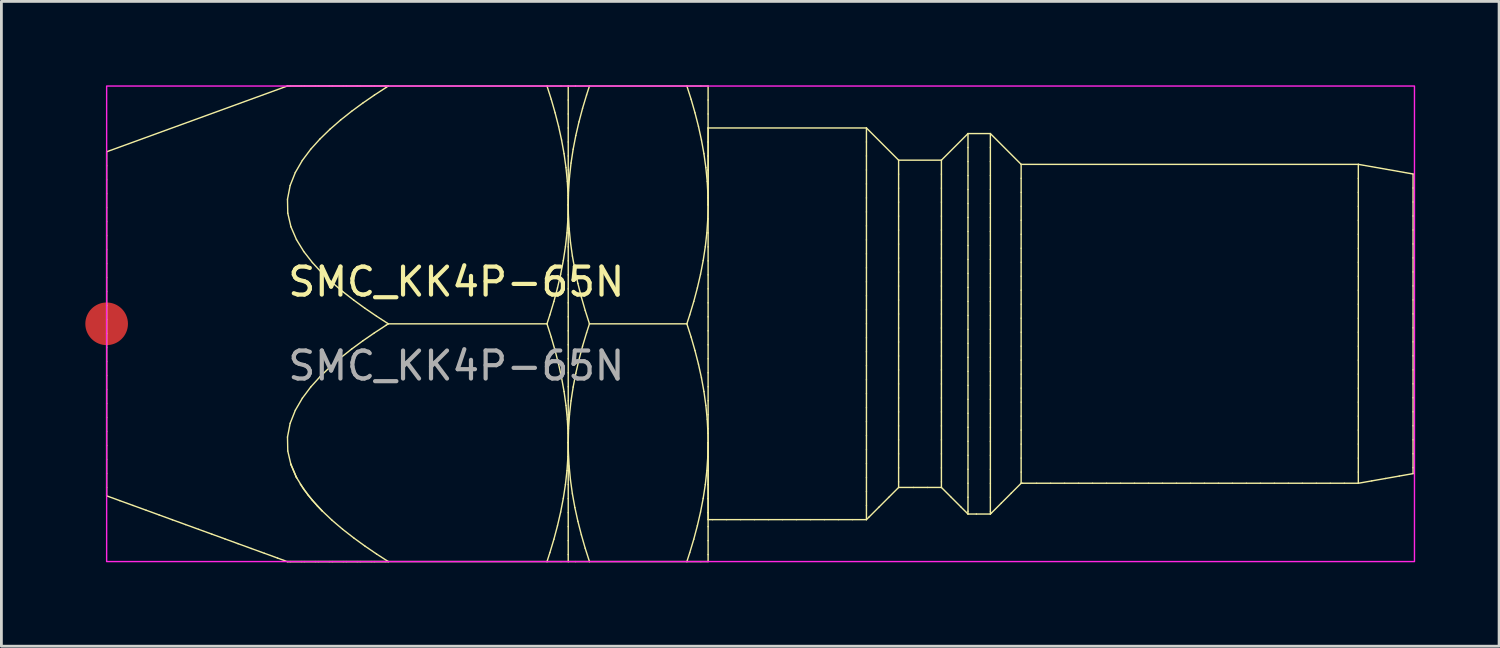
<source format=kicad_pcb>
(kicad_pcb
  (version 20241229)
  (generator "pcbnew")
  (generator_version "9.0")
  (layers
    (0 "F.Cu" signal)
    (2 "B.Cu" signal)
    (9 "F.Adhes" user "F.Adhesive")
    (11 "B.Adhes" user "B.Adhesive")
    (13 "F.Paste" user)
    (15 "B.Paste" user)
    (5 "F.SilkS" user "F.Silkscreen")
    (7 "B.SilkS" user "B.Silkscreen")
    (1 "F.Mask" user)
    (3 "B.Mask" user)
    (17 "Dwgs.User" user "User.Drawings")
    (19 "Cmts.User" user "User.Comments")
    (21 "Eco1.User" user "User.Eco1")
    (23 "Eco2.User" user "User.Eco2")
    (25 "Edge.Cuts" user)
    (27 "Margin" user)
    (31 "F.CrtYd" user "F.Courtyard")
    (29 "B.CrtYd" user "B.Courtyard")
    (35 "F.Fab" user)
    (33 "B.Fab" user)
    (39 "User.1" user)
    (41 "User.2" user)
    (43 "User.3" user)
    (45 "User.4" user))
  (footprint "SMC_KK4P-65N"
    (layer "F.Cu")
    (at 0.762 8.525)
    (property "Reference" "SMC_KK4P-65N" (at 12.5 -1.5 0) (unlocked yes) (layer "F.SilkS") (effects (font (size 1 1) (thickness 0.15))))
    (fp_line (start 0 -6.15) (end 0 -5.65) (stroke (width 0.05) (type solid)) (layer "F.SilkS"))
    (fp_line (start 0 -6.15) (end 6.457 -8.5) (stroke (width 0.05) (type solid)) (layer "F.SilkS"))
    (fp_line (start 0 -5.65) (end 0 -5.15) (stroke (width 0.05) (type solid)) (layer "F.SilkS"))
    (fp_line (start 0 -5.15) (end 0 -4.65) (stroke (width 0.05) (type solid)) (layer "F.SilkS"))
    (fp_line (start 0 -4.65) (end 0 -4.15) (stroke (width 0.05) (type solid)) (layer "F.SilkS"))
    (fp_line (start 0 -4.15) (end 0 -3.65) (stroke (width 0.05) (type solid)) (layer "F.SilkS"))
    (fp_line (start 0 -3.65) (end 0 -3.15) (stroke (width 0.05) (type solid)) (layer "F.SilkS"))
    (fp_line (start 0 -3.15) (end 0 -2.65) (stroke (width 0.05) (type solid)) (layer "F.SilkS"))
    (fp_line (start 0 -2.65) (end 0 -2.15) (stroke (width 0.05) (type solid)) (layer "F.SilkS"))
    (fp_line (start 0 -2.15) (end 0 -1.65) (stroke (width 0.05) (type solid)) (layer "F.SilkS"))
    (fp_line (start 0 -1.65) (end 0 -1.15) (stroke (width 0.05) (type solid)) (layer "F.SilkS"))
    (fp_line (start 0 -1.15) (end 0 -0.65) (stroke (width 0.05) (type solid)) (layer "F.SilkS"))
    (fp_line (start 0 -0.65) (end 0 -0.15) (stroke (width 0.05) (type solid)) (layer "F.SilkS"))
    (fp_line (start 0 -0.15) (end 0 0.35) (stroke (width 0.05) (type solid)) (layer "F.SilkS"))
    (fp_line (start 0 0.35) (end 0 0.85) (stroke (width 0.05) (type solid)) (layer "F.SilkS"))
    (fp_line (start 0 0.85) (end 0 1.35) (stroke (width 0.05) (type solid)) (layer "F.SilkS"))
    (fp_line (start 0 1.35) (end 0 1.85) (stroke (width 0.05) (type solid)) (layer "F.SilkS"))
    (fp_line (start 0 1.85) (end 0 2.35) (stroke (width 0.05) (type solid)) (layer "F.SilkS"))
    (fp_line (start 0 2.35) (end 0 2.85) (stroke (width 0.05) (type solid)) (layer "F.SilkS"))
    (fp_line (start 0 2.85) (end 0 3.35) (stroke (width 0.05) (type solid)) (layer "F.SilkS"))
    (fp_line (start 0 3.35) (end 0 3.85) (stroke (width 0.05) (type solid)) (layer "F.SilkS"))
    (fp_line (start 0 3.85) (end 0 4.35) (stroke (width 0.05) (type solid)) (layer "F.SilkS"))
    (fp_line (start 0 4.35) (end 0 4.85) (stroke (width 0.05) (type solid)) (layer "F.SilkS"))
    (fp_line (start 0 4.85) (end 0 5.35) (stroke (width 0.05) (type solid)) (layer "F.SilkS"))
    (fp_line (start 0 5.35) (end 0 5.85) (stroke (width 0.05) (type solid)) (layer "F.SilkS"))
    (fp_line (start 0 5.85) (end 0 6.15) (stroke (width 0.05) (type solid)) (layer "F.SilkS"))
    (fp_line (start 0 6.15) (end 0.47 6.321) (stroke (width 0.05) (type solid)) (layer "F.SilkS"))
    (fp_line (start 0.47 6.321) (end 0.94 6.492) (stroke (width 0.05) (type solid)) (layer "F.SilkS"))
    (fp_line (start 0.94 6.492) (end 1.41 6.663) (stroke (width 0.05) (type solid)) (layer "F.SilkS"))
    (fp_line (start 1.41 6.663) (end 1.879 6.834) (stroke (width 0.05) (type solid)) (layer "F.SilkS"))
    (fp_line (start 1.879 6.834) (end 2.349 7.005) (stroke (width 0.05) (type solid)) (layer "F.SilkS"))
    (fp_line (start 2.349 7.005) (end 2.819 7.176) (stroke (width 0.05) (type solid)) (layer "F.SilkS"))
    (fp_line (start 2.819 7.176) (end 3.289 7.347) (stroke (width 0.05) (type solid)) (layer "F.SilkS"))
    (fp_line (start 3.289 7.347) (end 3.759 7.518) (stroke (width 0.05) (type solid)) (layer "F.SilkS"))
    (fp_line (start 3.759 7.518) (end 4.229 7.689) (stroke (width 0.05) (type solid)) (layer "F.SilkS"))
    (fp_line (start 4.229 7.689) (end 4.698 7.86) (stroke (width 0.05) (type solid)) (layer "F.SilkS"))
    (fp_line (start 4.698 7.86) (end 5.168 8.031) (stroke (width 0.05) (type solid)) (layer "F.SilkS"))
    (fp_line (start 5.168 8.031) (end 5.638 8.202) (stroke (width 0.05) (type solid)) (layer "F.SilkS"))
    (fp_line (start 5.638 8.202) (end 6.108 8.373) (stroke (width 0.05) (type solid)) (layer "F.SilkS"))
    (fp_line (start 6.108 8.373) (end 6.457 8.5) (stroke (width 0.05) (type solid)) (layer "F.SilkS"))
    (fp_line (start 6.457 -8.5) (end 6.957 -8.5) (stroke (width 0.05) (type solid)) (layer "F.SilkS"))
    (fp_line (start 6.457 8.5) (end 6.957 8.5) (stroke (width 0.05) (type solid)) (layer "F.SilkS"))
    (fp_line (start 6.465 -4.453) (end 6.56 -4.943) (stroke (width 0.05) (type solid)) (layer "F.SilkS"))
    (fp_line (start 6.465 4.047) (end 6.56 3.557) (stroke (width 0.05) (type solid)) (layer "F.SilkS"))
    (fp_line (start 6.475 -3.954) (end 6.465 -4.453) (stroke (width 0.05) (type solid)) (layer "F.SilkS"))
    (fp_line (start 6.475 4.546) (end 6.465 4.047) (stroke (width 0.05) (type solid)) (layer "F.SilkS"))
    (fp_line (start 6.56 -4.943) (end 6.744 -5.408) (stroke (width 0.05) (type solid)) (layer "F.SilkS"))
    (fp_line (start 6.56 3.557) (end 6.744 3.092) (stroke (width 0.05) (type solid)) (layer "F.SilkS"))
    (fp_line (start 6.569 -8.5) (end 6.457 -8.5) (stroke (width 0.05) (type solid)) (layer "F.SilkS"))
    (fp_line (start 6.569 8.5) (end 6.457 8.5) (stroke (width 0.05) (type solid)) (layer "F.SilkS"))
    (fp_line (start 6.577 5) (end 6.77 5.461) (stroke (width 0.05) (type solid)) (layer "F.SilkS"))
    (fp_line (start 6.588 -3.468) (end 6.475 -3.954) (stroke (width 0.05) (type solid)) (layer "F.SilkS"))
    (fp_line (start 6.588 5.032) (end 6.475 4.546) (stroke (width 0.05) (type solid)) (layer "F.SilkS"))
    (fp_line (start 6.744 -5.408) (end 6.995 -5.84) (stroke (width 0.05) (type solid)) (layer "F.SilkS"))
    (fp_line (start 6.744 3.092) (end 6.995 2.66) (stroke (width 0.05) (type solid)) (layer "F.SilkS"))
    (fp_line (start 6.77 5.461) (end 6.796 5.51) (stroke (width 0.05) (type solid)) (layer "F.SilkS"))
    (fp_line (start 6.786 -3.009) (end 6.588 -3.468) (stroke (width 0.05) (type solid)) (layer "F.SilkS"))
    (fp_line (start 6.786 5.491) (end 6.588 5.032) (stroke (width 0.05) (type solid)) (layer "F.SilkS"))
    (fp_line (start 6.922 5.728) (end 7.211 6.136) (stroke (width 0.05) (type solid)) (layer "F.SilkS"))
    (fp_line (start 6.957 -8.5) (end 7.457 -8.5) (stroke (width 0.05) (type solid)) (layer "F.SilkS"))
    (fp_line (start 6.957 8.5) (end 7.457 8.5) (stroke (width 0.05) (type solid)) (layer "F.SilkS"))
    (fp_line (start 6.995 -5.84) (end 7.294 -6.24) (stroke (width 0.05) (type solid)) (layer "F.SilkS"))
    (fp_line (start 6.995 2.66) (end 7.294 2.26) (stroke (width 0.05) (type solid)) (layer "F.SilkS"))
    (fp_line (start 7.047 -2.584) (end 6.786 -3.009) (stroke (width 0.05) (type solid)) (layer "F.SilkS"))
    (fp_line (start 7.047 5.917) (end 6.786 5.491) (stroke (width 0.05) (type solid)) (layer "F.SilkS"))
    (fp_line (start 7.069 -8.5) (end 6.569 -8.5) (stroke (width 0.05) (type solid)) (layer "F.SilkS"))
    (fp_line (start 7.069 8.5) (end 6.569 8.5) (stroke (width 0.05) (type solid)) (layer "F.SilkS"))
    (fp_line (start 7.211 6.136) (end 7.537 6.515) (stroke (width 0.05) (type solid)) (layer "F.SilkS"))
    (fp_line (start 7.294 -6.24) (end 7.629 -6.611) (stroke (width 0.05) (type solid)) (layer "F.SilkS"))
    (fp_line (start 7.294 2.26) (end 7.629 1.889) (stroke (width 0.05) (type solid)) (layer "F.SilkS"))
    (fp_line (start 7.355 -2.189) (end 7.047 -2.584) (stroke (width 0.05) (type solid)) (layer "F.SilkS"))
    (fp_line (start 7.355 6.311) (end 7.047 5.917) (stroke (width 0.05) (type solid)) (layer "F.SilkS"))
    (fp_line (start 7.457 -8.5) (end 7.957 -8.5) (stroke (width 0.05) (type solid)) (layer "F.SilkS"))
    (fp_line (start 7.457 8.5) (end 7.957 8.5) (stroke (width 0.05) (type solid)) (layer "F.SilkS"))
    (fp_line (start 7.537 6.515) (end 7.713 6.697) (stroke (width 0.05) (type solid)) (layer "F.SilkS"))
    (fp_line (start 7.569 -8.5) (end 7.069 -8.5) (stroke (width 0.05) (type solid)) (layer "F.SilkS"))
    (fp_line (start 7.569 8.5) (end 7.069 8.5) (stroke (width 0.05) (type solid)) (layer "F.SilkS"))
    (fp_line (start 7.629 -6.611) (end 7.988 -6.959) (stroke (width 0.05) (type solid)) (layer "F.SilkS"))
    (fp_line (start 7.629 1.889) (end 7.988 1.541) (stroke (width 0.05) (type solid)) (layer "F.SilkS"))
    (fp_line (start 7.694 -1.822) (end 7.355 -2.189) (stroke (width 0.05) (type solid)) (layer "F.SilkS"))
    (fp_line (start 7.694 6.678) (end 7.355 6.311) (stroke (width 0.05) (type solid)) (layer "F.SilkS"))
    (fp_line (start 7.957 -8.5) (end 8.457 -8.5) (stroke (width 0.05) (type solid)) (layer "F.SilkS"))
    (fp_line (start 7.957 8.5) (end 8.457 8.5) (stroke (width 0.05) (type solid)) (layer "F.SilkS"))
    (fp_line (start 7.988 -6.959) (end 8.365 -7.287) (stroke (width 0.05) (type solid)) (layer "F.SilkS"))
    (fp_line (start 7.988 1.541) (end 8.365 1.213) (stroke (width 0.05) (type solid)) (layer "F.SilkS"))
    (fp_line (start 8.057 -1.478) (end 7.694 -1.822) (stroke (width 0.05) (type solid)) (layer "F.SilkS"))
    (fp_line (start 8.057 7.022) (end 7.694 6.678) (stroke (width 0.05) (type solid)) (layer "F.SilkS"))
    (fp_line (start 8.069 -8.5) (end 7.569 -8.5) (stroke (width 0.05) (type solid)) (layer "F.SilkS"))
    (fp_line (start 8.069 8.5) (end 7.569 8.5) (stroke (width 0.05) (type solid)) (layer "F.SilkS"))
    (fp_line (start 8.365 -7.287) (end 8.757 -7.597) (stroke (width 0.05) (type solid)) (layer "F.SilkS"))
    (fp_line (start 8.365 1.213) (end 8.757 0.903) (stroke (width 0.05) (type solid)) (layer "F.SilkS"))
    (fp_line (start 8.437 -1.154) (end 8.057 -1.478) (stroke (width 0.05) (type solid)) (layer "F.SilkS"))
    (fp_line (start 8.437 7.346) (end 8.057 7.022) (stroke (width 0.05) (type solid)) (layer "F.SilkS"))
    (fp_line (start 8.457 -8.5) (end 8.957 -8.5) (stroke (width 0.05) (type solid)) (layer "F.SilkS"))
    (fp_line (start 8.457 8.5) (end 8.957 8.5) (stroke (width 0.05) (type solid)) (layer "F.SilkS"))
    (fp_line (start 8.569 -8.5) (end 8.069 -8.5) (stroke (width 0.05) (type solid)) (layer "F.SilkS"))
    (fp_line (start 8.569 8.5) (end 8.069 8.5) (stroke (width 0.05) (type solid)) (layer "F.SilkS"))
    (fp_line (start 8.757 -7.597) (end 9.16 -7.893) (stroke (width 0.05) (type solid)) (layer "F.SilkS"))
    (fp_line (start 8.757 0.903) (end 9.16 0.607) (stroke (width 0.05) (type solid)) (layer "F.SilkS"))
    (fp_line (start 8.832 -0.847) (end 8.437 -1.154) (stroke (width 0.05) (type solid)) (layer "F.SilkS"))
    (fp_line (start 8.832 7.653) (end 8.437 7.346) (stroke (width 0.05) (type solid)) (layer "F.SilkS"))
    (fp_line (start 8.957 -8.5) (end 9.457 -8.5) (stroke (width 0.05) (type solid)) (layer "F.SilkS"))
    (fp_line (start 8.957 8.5) (end 9.457 8.5) (stroke (width 0.05) (type solid)) (layer "F.SilkS"))
    (fp_line (start 9.069 -8.5) (end 8.569 -8.5) (stroke (width 0.05) (type solid)) (layer "F.SilkS"))
    (fp_line (start 9.069 8.5) (end 8.569 8.5) (stroke (width 0.05) (type solid)) (layer "F.SilkS"))
    (fp_line (start 9.16 -7.893) (end 9.572 -8.177) (stroke (width 0.05) (type solid)) (layer "F.SilkS"))
    (fp_line (start 9.16 0.607) (end 9.572 0.323) (stroke (width 0.05) (type solid)) (layer "F.SilkS"))
    (fp_line (start 9.236 -0.553) (end 8.832 -0.847) (stroke (width 0.05) (type solid)) (layer "F.SilkS"))
    (fp_line (start 9.236 7.947) (end 8.832 7.653) (stroke (width 0.05) (type solid)) (layer "F.SilkS"))
    (fp_line (start 9.457 -8.5) (end 9.957 -8.5) (stroke (width 0.05) (type solid)) (layer "F.SilkS"))
    (fp_line (start 9.457 8.5) (end 9.957 8.5) (stroke (width 0.05) (type solid)) (layer "F.SilkS"))
    (fp_line (start 9.569 -8.5) (end 9.069 -8.5) (stroke (width 0.05) (type solid)) (layer "F.SilkS"))
    (fp_line (start 9.569 8.5) (end 9.069 8.5) (stroke (width 0.05) (type solid)) (layer "F.SilkS"))
    (fp_line (start 9.572 -8.177) (end 9.991 -8.45) (stroke (width 0.05) (type solid)) (layer "F.SilkS"))
    (fp_line (start 9.572 0.323) (end 9.991 0.05) (stroke (width 0.05) (type solid)) (layer "F.SilkS"))
    (fp_line (start 9.649 -0.271) (end 9.236 -0.553) (stroke (width 0.05) (type solid)) (layer "F.SilkS"))
    (fp_line (start 9.649 8.229) (end 9.236 7.947) (stroke (width 0.05) (type solid)) (layer "F.SilkS"))
    (fp_line (start 9.957 -8.5) (end 10.069 -8.5) (stroke (width 0.05) (type solid)) (layer "F.SilkS"))
    (fp_line (start 9.957 8.5) (end 10.069 8.5) (stroke (width 0.05) (type solid)) (layer "F.SilkS"))
    (fp_line (start 9.991 -8.45) (end 10.069 -8.5) (stroke (width 0.05) (type solid)) (layer "F.SilkS"))
    (fp_line (start 9.991 0.05) (end 10.069 0) (stroke (width 0.05) (type solid)) (layer "F.SilkS"))
    (fp_line (start 10.069 -8.5) (end 9.569 -8.5) (stroke (width 0.05) (type solid)) (layer "F.SilkS"))
    (fp_line (start 10.069 0) (end 9.649 -0.271) (stroke (width 0.05) (type solid)) (layer "F.SilkS"))
    (fp_line (start 10.069 8.5) (end 9.569 8.5) (stroke (width 0.05) (type solid)) (layer "F.SilkS"))
    (fp_line (start 10.069 8.5) (end 9.649 8.229) (stroke (width 0.05) (type solid)) (layer "F.SilkS"))
    (fp_line (start 15.741 -8.5) (end 10.069 -8.5) (stroke (width 0.05) (type solid)) (layer "F.SilkS"))
    (fp_line (start 15.741 -8.5) (end 15.893 -8.024) (stroke (width 0.05) (type solid)) (layer "F.SilkS"))
    (fp_line (start 15.741 -8.5) (end 16.241 -8.5) (stroke (width 0.05) (type solid)) (layer "F.SilkS"))
    (fp_line (start 15.741 0) (end 10.069 0) (stroke (width 0.05) (type solid)) (layer "F.SilkS"))
    (fp_line (start 15.741 0) (end 15.893 0.476) (stroke (width 0.05) (type solid)) (layer "F.SilkS"))
    (fp_line (start 15.741 8.5) (end 10.069 8.5) (stroke (width 0.05) (type solid)) (layer "F.SilkS"))
    (fp_line (start 15.741 8.5) (end 16.241 8.5) (stroke (width 0.05) (type solid)) (layer "F.SilkS"))
    (fp_line (start 15.844 -0.32) (end 15.741 0) (stroke (width 0.05) (type solid)) (layer "F.SilkS"))
    (fp_line (start 15.844 8.18) (end 15.741 8.5) (stroke (width 0.05) (type solid)) (layer "F.SilkS"))
    (fp_line (start 15.893 -8.024) (end 16.031 -7.543) (stroke (width 0.05) (type solid)) (layer "F.SilkS"))
    (fp_line (start 15.893 0.476) (end 16.031 0.957) (stroke (width 0.05) (type solid)) (layer "F.SilkS"))
    (fp_line (start 15.988 -0.799) (end 15.844 -0.32) (stroke (width 0.05) (type solid)) (layer "F.SilkS"))
    (fp_line (start 15.988 7.701) (end 15.844 8.18) (stroke (width 0.05) (type solid)) (layer "F.SilkS"))
    (fp_line (start 16.031 -7.543) (end 16.155 -7.059) (stroke (width 0.05) (type solid)) (layer "F.SilkS"))
    (fp_line (start 16.031 0.957) (end 16.155 1.441) (stroke (width 0.05) (type solid)) (layer "F.SilkS"))
    (fp_line (start 16.116 -1.282) (end 15.988 -0.799) (stroke (width 0.05) (type solid)) (layer "F.SilkS"))
    (fp_line (start 16.116 7.218) (end 15.988 7.701) (stroke (width 0.05) (type solid)) (layer "F.SilkS"))
    (fp_line (start 16.155 -7.059) (end 16.262 -6.57) (stroke (width 0.05) (type solid)) (layer "F.SilkS"))
    (fp_line (start 16.155 1.441) (end 16.262 1.93) (stroke (width 0.05) (type solid)) (layer "F.SilkS"))
    (fp_line (start 16.229 -1.769) (end 16.116 -1.282) (stroke (width 0.05) (type solid)) (layer "F.SilkS"))
    (fp_line (start 16.229 6.731) (end 16.116 7.218) (stroke (width 0.05) (type solid)) (layer "F.SilkS"))
    (fp_line (start 16.241 -8.5) (end 16.5 -8.5) (stroke (width 0.05) (type solid)) (layer "F.SilkS"))
    (fp_line (start 16.241 8.5) (end 16.5 8.5) (stroke (width 0.05) (type solid)) (layer "F.SilkS"))
    (fp_line (start 16.262 -6.57) (end 16.351 -6.078) (stroke (width 0.05) (type solid)) (layer "F.SilkS"))
    (fp_line (start 16.262 1.93) (end 16.351 2.422) (stroke (width 0.05) (type solid)) (layer "F.SilkS"))
    (fp_line (start 16.324 -2.26) (end 16.229 -1.769) (stroke (width 0.05) (type solid)) (layer "F.SilkS"))
    (fp_line (start 16.324 6.24) (end 16.229 6.731) (stroke (width 0.05) (type solid)) (layer "F.SilkS"))
    (fp_line (start 16.351 -6.078) (end 16.42 -5.583) (stroke (width 0.05) (type solid)) (layer "F.SilkS"))
    (fp_line (start 16.351 2.422) (end 16.42 2.917) (stroke (width 0.05) (type solid)) (layer "F.SilkS"))
    (fp_line (start 16.4 -2.754) (end 16.324 -2.26) (stroke (width 0.05) (type solid)) (layer "F.SilkS"))
    (fp_line (start 16.4 5.746) (end 16.324 6.24) (stroke (width 0.05) (type solid)) (layer "F.SilkS"))
    (fp_line (start 16.42 -5.583) (end 16.468 -5.086) (stroke (width 0.05) (type solid)) (layer "F.SilkS"))
    (fp_line (start 16.42 2.917) (end 16.468 3.414) (stroke (width 0.05) (type solid)) (layer "F.SilkS"))
    (fp_line (start 16.455 -3.251) (end 16.4 -2.754) (stroke (width 0.05) (type solid)) (layer "F.SilkS"))
    (fp_line (start 16.455 5.249) (end 16.4 5.746) (stroke (width 0.05) (type solid)) (layer "F.SilkS"))
    (fp_line (start 16.468 -5.086) (end 16.495 -4.586) (stroke (width 0.05) (type solid)) (layer "F.SilkS"))
    (fp_line (start 16.468 3.414) (end 16.495 3.914) (stroke (width 0.05) (type solid)) (layer "F.SilkS"))
    (fp_line (start 16.489 -3.75) (end 16.455 -3.251) (stroke (width 0.05) (type solid)) (layer "F.SilkS"))
    (fp_line (start 16.489 4.75) (end 16.455 5.249) (stroke (width 0.05) (type solid)) (layer "F.SilkS"))
    (fp_line (start 16.495 -4.586) (end 16.5 -4.25) (stroke (width 0.05) (type solid)) (layer "F.SilkS"))
    (fp_line (start 16.495 3.914) (end 16.5 4.25) (stroke (width 0.05) (type solid)) (layer "F.SilkS"))
    (fp_line (start 16.5 -8.5) (end 16.5 -8) (stroke (width 0.05) (type solid)) (layer "F.SilkS"))
    (fp_line (start 16.5 -8) (end 16.5 -7.5) (stroke (width 0.05) (type solid)) (layer "F.SilkS"))
    (fp_line (start 16.5 -7.5) (end 16.5 -7) (stroke (width 0.05) (type solid)) (layer "F.SilkS"))
    (fp_line (start 16.5 -7) (end 16.5 -6.5) (stroke (width 0.05) (type solid)) (layer "F.SilkS"))
    (fp_line (start 16.5 -6.5) (end 16.5 -6) (stroke (width 0.05) (type solid)) (layer "F.SilkS"))
    (fp_line (start 16.5 -6) (end 16.5 -5.5) (stroke (width 0.05) (type solid)) (layer "F.SilkS"))
    (fp_line (start 16.5 -5.5) (end 16.5 -5) (stroke (width 0.05) (type solid)) (layer "F.SilkS"))
    (fp_line (start 16.5 -5) (end 16.5 -4.5) (stroke (width 0.05) (type solid)) (layer "F.SilkS"))
    (fp_line (start 16.5 -4.5) (end 16.5 -4.25) (stroke (width 0.05) (type solid)) (layer "F.SilkS"))
    (fp_line (start 16.5 -4.25) (end 16.489 -3.75) (stroke (width 0.05) (type solid)) (layer "F.SilkS"))
    (fp_line (start 16.5 -4.25) (end 16.5 -3.75) (stroke (width 0.05) (type solid)) (layer "F.SilkS"))
    (fp_line (start 16.5 -4.25) (end 16.511 -4.75) (stroke (width 0.05) (type solid)) (layer "F.SilkS"))
    (fp_line (start 16.5 -3.75) (end 16.5 -3.25) (stroke (width 0.05) (type solid)) (layer "F.SilkS"))
    (fp_line (start 16.5 -3.25) (end 16.5 -2.75) (stroke (width 0.05) (type solid)) (layer "F.SilkS"))
    (fp_line (start 16.5 -2.75) (end 16.5 -2.25) (stroke (width 0.05) (type solid)) (layer "F.SilkS"))
    (fp_line (start 16.5 -2.25) (end 16.5 -1.75) (stroke (width 0.05) (type solid)) (layer "F.SilkS"))
    (fp_line (start 16.5 -1.75) (end 16.5 -1.25) (stroke (width 0.05) (type solid)) (layer "F.SilkS"))
    (fp_line (start 16.5 -1.25) (end 16.5 -0.75) (stroke (width 0.05) (type solid)) (layer "F.SilkS"))
    (fp_line (start 16.5 -0.75) (end 16.5 -0.25) (stroke (width 0.05) (type solid)) (layer "F.SilkS"))
    (fp_line (start 16.5 -0.25) (end 16.5 0.25) (stroke (width 0.05) (type solid)) (layer "F.SilkS"))
    (fp_line (start 16.5 0.25) (end 16.5 0.75) (stroke (width 0.05) (type solid)) (layer "F.SilkS"))
    (fp_line (start 16.5 0.75) (end 16.5 1.25) (stroke (width 0.05) (type solid)) (layer "F.SilkS"))
    (fp_line (start 16.5 1.25) (end 16.5 1.75) (stroke (width 0.05) (type solid)) (layer "F.SilkS"))
    (fp_line (start 16.5 1.75) (end 16.5 2.25) (stroke (width 0.05) (type solid)) (layer "F.SilkS"))
    (fp_line (start 16.5 2.25) (end 16.5 2.75) (stroke (width 0.05) (type solid)) (layer "F.SilkS"))
    (fp_line (start 16.5 2.75) (end 16.5 3.25) (stroke (width 0.05) (type solid)) (layer "F.SilkS"))
    (fp_line (start 16.5 3.25) (end 16.5 3.75) (stroke (width 0.05) (type solid)) (layer "F.SilkS"))
    (fp_line (start 16.5 3.75) (end 16.5 4.25) (stroke (width 0.05) (type solid)) (layer "F.SilkS"))
    (fp_line (start 16.5 4.25) (end 16.489 4.75) (stroke (width 0.05) (type solid)) (layer "F.SilkS"))
    (fp_line (start 16.5 4.25) (end 16.5 4.75) (stroke (width 0.05) (type solid)) (layer "F.SilkS"))
    (fp_line (start 16.5 4.25) (end 16.511 3.75) (stroke (width 0.05) (type solid)) (layer "F.SilkS"))
    (fp_line (start 16.5 4.75) (end 16.5 5.25) (stroke (width 0.05) (type solid)) (layer "F.SilkS"))
    (fp_line (start 16.5 5.25) (end 16.5 5.75) (stroke (width 0.05) (type solid)) (layer "F.SilkS"))
    (fp_line (start 16.5 5.75) (end 16.5 6.25) (stroke (width 0.05) (type solid)) (layer "F.SilkS"))
    (fp_line (start 16.5 6.25) (end 16.5 6.75) (stroke (width 0.05) (type solid)) (layer "F.SilkS"))
    (fp_line (start 16.5 6.75) (end 16.5 7.25) (stroke (width 0.05) (type solid)) (layer "F.SilkS"))
    (fp_line (start 16.5 7.25) (end 16.5 7.75) (stroke (width 0.05) (type solid)) (layer "F.SilkS"))
    (fp_line (start 16.5 7.75) (end 16.5 8.25) (stroke (width 0.05) (type solid)) (layer "F.SilkS"))
    (fp_line (start 16.5 8.25) (end 16.5 8.5) (stroke (width 0.05) (type solid)) (layer "F.SilkS"))
    (fp_line (start 16.505 -3.914) (end 16.5 -4.25) (stroke (width 0.05) (type solid)) (layer "F.SilkS"))
    (fp_line (start 16.505 4.586) (end 16.5 4.25) (stroke (width 0.05) (type solid)) (layer "F.SilkS"))
    (fp_line (start 16.511 -4.75) (end 16.545 -5.249) (stroke (width 0.05) (type solid)) (layer "F.SilkS"))
    (fp_line (start 16.511 3.75) (end 16.545 3.251) (stroke (width 0.05) (type solid)) (layer "F.SilkS"))
    (fp_line (start 16.532 -3.414) (end 16.505 -3.914) (stroke (width 0.05) (type solid)) (layer "F.SilkS"))
    (fp_line (start 16.532 5.086) (end 16.505 4.586) (stroke (width 0.05) (type solid)) (layer "F.SilkS"))
    (fp_line (start 16.545 -5.249) (end 16.6 -5.746) (stroke (width 0.05) (type solid)) (layer "F.SilkS"))
    (fp_line (start 16.545 3.251) (end 16.6 2.754) (stroke (width 0.05) (type solid)) (layer "F.SilkS"))
    (fp_line (start 16.58 -2.917) (end 16.532 -3.414) (stroke (width 0.05) (type solid)) (layer "F.SilkS"))
    (fp_line (start 16.58 5.583) (end 16.532 5.086) (stroke (width 0.05) (type solid)) (layer "F.SilkS"))
    (fp_line (start 16.6 -5.746) (end 16.676 -6.24) (stroke (width 0.05) (type solid)) (layer "F.SilkS"))
    (fp_line (start 16.6 2.754) (end 16.676 2.26) (stroke (width 0.05) (type solid)) (layer "F.SilkS"))
    (fp_line (start 16.649 -2.422) (end 16.58 -2.917) (stroke (width 0.05) (type solid)) (layer "F.SilkS"))
    (fp_line (start 16.649 6.078) (end 16.58 5.583) (stroke (width 0.05) (type solid)) (layer "F.SilkS"))
    (fp_line (start 16.676 -6.24) (end 16.771 -6.731) (stroke (width 0.05) (type solid)) (layer "F.SilkS"))
    (fp_line (start 16.676 2.26) (end 16.771 1.769) (stroke (width 0.05) (type solid)) (layer "F.SilkS"))
    (fp_line (start 16.738 -1.93) (end 16.649 -2.422) (stroke (width 0.05) (type solid)) (layer "F.SilkS"))
    (fp_line (start 16.738 6.57) (end 16.649 6.078) (stroke (width 0.05) (type solid)) (layer "F.SilkS"))
    (fp_line (start 16.759 -8.5) (end 16.5 -8.5) (stroke (width 0.05) (type solid)) (layer "F.SilkS"))
    (fp_line (start 16.759 8.5) (end 16.5 8.5) (stroke (width 0.05) (type solid)) (layer "F.SilkS"))
    (fp_line (start 16.771 -6.731) (end 16.884 -7.218) (stroke (width 0.05) (type solid)) (layer "F.SilkS"))
    (fp_line (start 16.771 1.769) (end 16.884 1.282) (stroke (width 0.05) (type solid)) (layer "F.SilkS"))
    (fp_line (start 16.845 -1.441) (end 16.738 -1.93) (stroke (width 0.05) (type solid)) (layer "F.SilkS"))
    (fp_line (start 16.845 7.059) (end 16.738 6.57) (stroke (width 0.05) (type solid)) (layer "F.SilkS"))
    (fp_line (start 16.884 -7.218) (end 17.012 -7.701) (stroke (width 0.05) (type solid)) (layer "F.SilkS"))
    (fp_line (start 16.884 1.282) (end 17.012 0.799) (stroke (width 0.05) (type solid)) (layer "F.SilkS"))
    (fp_line (start 16.969 -0.957) (end 16.845 -1.441) (stroke (width 0.05) (type solid)) (layer "F.SilkS"))
    (fp_line (start 16.969 7.543) (end 16.845 7.059) (stroke (width 0.05) (type solid)) (layer "F.SilkS"))
    (fp_line (start 17.012 -7.701) (end 17.156 -8.18) (stroke (width 0.05) (type solid)) (layer "F.SilkS"))
    (fp_line (start 17.012 0.799) (end 17.156 0.32) (stroke (width 0.05) (type solid)) (layer "F.SilkS"))
    (fp_line (start 17.107 -0.476) (end 16.969 -0.957) (stroke (width 0.05) (type solid)) (layer "F.SilkS"))
    (fp_line (start 17.107 8.024) (end 16.969 7.543) (stroke (width 0.05) (type solid)) (layer "F.SilkS"))
    (fp_line (start 17.156 -8.18) (end 17.259 -8.5) (stroke (width 0.05) (type solid)) (layer "F.SilkS"))
    (fp_line (start 17.156 0.32) (end 17.259 0) (stroke (width 0.05) (type solid)) (layer "F.SilkS"))
    (fp_line (start 17.259 -8.5) (end 16.759 -8.5) (stroke (width 0.05) (type solid)) (layer "F.SilkS"))
    (fp_line (start 17.259 0) (end 17.107 -0.476) (stroke (width 0.05) (type solid)) (layer "F.SilkS"))
    (fp_line (start 17.259 8.5) (end 16.759 8.5) (stroke (width 0.05) (type solid)) (layer "F.SilkS"))
    (fp_line (start 17.259 8.5) (end 17.107 8.024) (stroke (width 0.05) (type solid)) (layer "F.SilkS"))
    (fp_line (start 20.741 -8.5) (end 17.259 -8.5) (stroke (width 0.05) (type solid)) (layer "F.SilkS"))
    (fp_line (start 20.741 -8.5) (end 20.893 -8.024) (stroke (width 0.05) (type solid)) (layer "F.SilkS"))
    (fp_line (start 20.741 -8.5) (end 21.241 -8.5) (stroke (width 0.05) (type solid)) (layer "F.SilkS"))
    (fp_line (start 20.741 0) (end 17.259 0) (stroke (width 0.05) (type solid)) (layer "F.SilkS"))
    (fp_line (start 20.741 0) (end 20.893 0.476) (stroke (width 0.05) (type solid)) (layer "F.SilkS"))
    (fp_line (start 20.741 8.5) (end 17.259 8.5) (stroke (width 0.05) (type solid)) (layer "F.SilkS"))
    (fp_line (start 20.741 8.5) (end 21.241 8.5) (stroke (width 0.05) (type solid)) (layer "F.SilkS"))
    (fp_line (start 20.844 -0.32) (end 20.741 0) (stroke (width 0.05) (type solid)) (layer "F.SilkS"))
    (fp_line (start 20.844 8.18) (end 20.741 8.5) (stroke (width 0.05) (type solid)) (layer "F.SilkS"))
    (fp_line (start 20.893 -8.024) (end 21.031 -7.543) (stroke (width 0.05) (type solid)) (layer "F.SilkS"))
    (fp_line (start 20.893 0.476) (end 21.031 0.957) (stroke (width 0.05) (type solid)) (layer "F.SilkS"))
    (fp_line (start 20.988 -0.799) (end 20.844 -0.32) (stroke (width 0.05) (type solid)) (layer "F.SilkS"))
    (fp_line (start 20.988 7.701) (end 20.844 8.18) (stroke (width 0.05) (type solid)) (layer "F.SilkS"))
    (fp_line (start 21.031 -7.543) (end 21.155 -7.059) (stroke (width 0.05) (type solid)) (layer "F.SilkS"))
    (fp_line (start 21.031 0.957) (end 21.155 1.441) (stroke (width 0.05) (type solid)) (layer "F.SilkS"))
    (fp_line (start 21.116 -1.282) (end 20.988 -0.799) (stroke (width 0.05) (type solid)) (layer "F.SilkS"))
    (fp_line (start 21.116 7.218) (end 20.988 7.701) (stroke (width 0.05) (type solid)) (layer "F.SilkS"))
    (fp_line (start 21.155 -7.059) (end 21.262 -6.57) (stroke (width 0.05) (type solid)) (layer "F.SilkS"))
    (fp_line (start 21.155 1.441) (end 21.262 1.93) (stroke (width 0.05) (type solid)) (layer "F.SilkS"))
    (fp_line (start 21.229 -1.769) (end 21.116 -1.282) (stroke (width 0.05) (type solid)) (layer "F.SilkS"))
    (fp_line (start 21.229 6.731) (end 21.116 7.218) (stroke (width 0.05) (type solid)) (layer "F.SilkS"))
    (fp_line (start 21.241 -8.5) (end 21.5 -8.5) (stroke (width 0.05) (type solid)) (layer "F.SilkS"))
    (fp_line (start 21.241 8.5) (end 21.5 8.5) (stroke (width 0.05) (type solid)) (layer "F.SilkS"))
    (fp_line (start 21.262 -6.57) (end 21.351 -6.078) (stroke (width 0.05) (type solid)) (layer "F.SilkS"))
    (fp_line (start 21.262 1.93) (end 21.351 2.422) (stroke (width 0.05) (type solid)) (layer "F.SilkS"))
    (fp_line (start 21.324 -2.26) (end 21.229 -1.769) (stroke (width 0.05) (type solid)) (layer "F.SilkS"))
    (fp_line (start 21.324 6.24) (end 21.229 6.731) (stroke (width 0.05) (type solid)) (layer "F.SilkS"))
    (fp_line (start 21.351 -6.078) (end 21.42 -5.583) (stroke (width 0.05) (type solid)) (layer "F.SilkS"))
    (fp_line (start 21.351 2.422) (end 21.42 2.917) (stroke (width 0.05) (type solid)) (layer "F.SilkS"))
    (fp_line (start 21.4 -2.754) (end 21.324 -2.26) (stroke (width 0.05) (type solid)) (layer "F.SilkS"))
    (fp_line (start 21.4 5.746) (end 21.324 6.24) (stroke (width 0.05) (type solid)) (layer "F.SilkS"))
    (fp_line (start 21.42 -5.583) (end 21.468 -5.086) (stroke (width 0.05) (type solid)) (layer "F.SilkS"))
    (fp_line (start 21.42 2.917) (end 21.468 3.414) (stroke (width 0.05) (type solid)) (layer "F.SilkS"))
    (fp_line (start 21.455 -3.251) (end 21.4 -2.754) (stroke (width 0.05) (type solid)) (layer "F.SilkS"))
    (fp_line (start 21.455 5.249) (end 21.4 5.746) (stroke (width 0.05) (type solid)) (layer "F.SilkS"))
    (fp_line (start 21.468 -5.086) (end 21.495 -4.586) (stroke (width 0.05) (type solid)) (layer "F.SilkS"))
    (fp_line (start 21.468 3.414) (end 21.495 3.914) (stroke (width 0.05) (type solid)) (layer "F.SilkS"))
    (fp_line (start 21.489 -3.75) (end 21.455 -3.251) (stroke (width 0.05) (type solid)) (layer "F.SilkS"))
    (fp_line (start 21.489 4.75) (end 21.455 5.249) (stroke (width 0.05) (type solid)) (layer "F.SilkS"))
    (fp_line (start 21.495 -4.586) (end 21.5 -4.25) (stroke (width 0.05) (type solid)) (layer "F.SilkS"))
    (fp_line (start 21.495 3.914) (end 21.5 4.25) (stroke (width 0.05) (type solid)) (layer "F.SilkS"))
    (fp_line (start 21.5 -8.5) (end 21.5 -8) (stroke (width 0.05) (type solid)) (layer "F.SilkS"))
    (fp_line (start 21.5 -8) (end 21.5 -7.5) (stroke (width 0.05) (type solid)) (layer "F.SilkS"))
    (fp_line (start 21.5 -7.5) (end 21.5 -7) (stroke (width 0.05) (type solid)) (layer "F.SilkS"))
    (fp_line (start 21.5 -7) (end 21.5 -6.5) (stroke (width 0.05) (type solid)) (layer "F.SilkS"))
    (fp_line (start 21.5 -7) (end 21.5 -6.5) (stroke (width 0.05) (type solid)) (layer "F.SilkS"))
    (fp_line (start 21.5 -6.5) (end 21.5 -6) (stroke (width 0.05) (type solid)) (layer "F.SilkS"))
    (fp_line (start 21.5 -6.5) (end 21.5 -6) (stroke (width 0.05) (type solid)) (layer "F.SilkS"))
    (fp_line (start 21.5 -6) (end 21.5 -5.5) (stroke (width 0.05) (type solid)) (layer "F.SilkS"))
    (fp_line (start 21.5 -6) (end 21.5 -5.5) (stroke (width 0.05) (type solid)) (layer "F.SilkS"))
    (fp_line (start 21.5 -5.5) (end 21.5 -5) (stroke (width 0.05) (type solid)) (layer "F.SilkS"))
    (fp_line (start 21.5 -5.5) (end 21.5 -5) (stroke (width 0.05) (type solid)) (layer "F.SilkS"))
    (fp_line (start 21.5 -5) (end 21.5 -4.5) (stroke (width 0.05) (type solid)) (layer "F.SilkS"))
    (fp_line (start 21.5 -5) (end 21.5 -4.5) (stroke (width 0.05) (type solid)) (layer "F.SilkS"))
    (fp_line (start 21.5 -4.5) (end 21.5 -4.25) (stroke (width 0.05) (type solid)) (layer "F.SilkS"))
    (fp_line (start 21.5 -4.5) (end 21.5 -4.25) (stroke (width 0.05) (type solid)) (layer "F.SilkS"))
    (fp_line (start 21.5 -4.25) (end 21.489 -3.75) (stroke (width 0.05) (type solid)) (layer "F.SilkS"))
    (fp_line (start 21.5 -4.25) (end 21.5 -3.75) (stroke (width 0.05) (type solid)) (layer "F.SilkS"))
    (fp_line (start 21.5 -3.75) (end 21.5 -3.25) (stroke (width 0.05) (type solid)) (layer "F.SilkS"))
    (fp_line (start 21.5 -3.25) (end 21.5 -2.75) (stroke (width 0.05) (type solid)) (layer "F.SilkS"))
    (fp_line (start 21.5 -2.75) (end 21.5 -2.25) (stroke (width 0.05) (type solid)) (layer "F.SilkS"))
    (fp_line (start 21.5 -2.25) (end 21.5 -1.75) (stroke (width 0.05) (type solid)) (layer "F.SilkS"))
    (fp_line (start 21.5 -1.75) (end 21.5 -1.25) (stroke (width 0.05) (type solid)) (layer "F.SilkS"))
    (fp_line (start 21.5 -1.25) (end 21.5 -0.75) (stroke (width 0.05) (type solid)) (layer "F.SilkS"))
    (fp_line (start 21.5 -0.75) (end 21.5 -0.25) (stroke (width 0.05) (type solid)) (layer "F.SilkS"))
    (fp_line (start 21.5 -0.25) (end 21.5 0.25) (stroke (width 0.05) (type solid)) (layer "F.SilkS"))
    (fp_line (start 21.5 0.25) (end 21.5 0.75) (stroke (width 0.05) (type solid)) (layer "F.SilkS"))
    (fp_line (start 21.5 0.75) (end 21.5 1.25) (stroke (width 0.05) (type solid)) (layer "F.SilkS"))
    (fp_line (start 21.5 1.25) (end 21.5 1.75) (stroke (width 0.05) (type solid)) (layer "F.SilkS"))
    (fp_line (start 21.5 1.75) (end 21.5 2.25) (stroke (width 0.05) (type solid)) (layer "F.SilkS"))
    (fp_line (start 21.5 2.25) (end 21.5 2.75) (stroke (width 0.05) (type solid)) (layer "F.SilkS"))
    (fp_line (start 21.5 2.75) (end 21.5 3.25) (stroke (width 0.05) (type solid)) (layer "F.SilkS"))
    (fp_line (start 21.5 3.25) (end 21.5 3.75) (stroke (width 0.05) (type solid)) (layer "F.SilkS"))
    (fp_line (start 21.5 3.75) (end 21.5 4.25) (stroke (width 0.05) (type solid)) (layer "F.SilkS"))
    (fp_line (start 21.5 4.25) (end 21.489 4.75) (stroke (width 0.05) (type solid)) (layer "F.SilkS"))
    (fp_line (start 21.5 4.25) (end 21.5 4.75) (stroke (width 0.05) (type solid)) (layer "F.SilkS"))
    (fp_line (start 21.5 4.25) (end 21.5 4.75) (stroke (width 0.05) (type solid)) (layer "F.SilkS"))
    (fp_line (start 21.5 4.75) (end 21.5 5.25) (stroke (width 0.05) (type solid)) (layer "F.SilkS"))
    (fp_line (start 21.5 4.75) (end 21.5 5.25) (stroke (width 0.05) (type solid)) (layer "F.SilkS"))
    (fp_line (start 21.5 5.25) (end 21.5 5.75) (stroke (width 0.05) (type solid)) (layer "F.SilkS"))
    (fp_line (start 21.5 5.25) (end 21.5 5.75) (stroke (width 0.05) (type solid)) (layer "F.SilkS"))
    (fp_line (start 21.5 5.75) (end 21.5 6.25) (stroke (width 0.05) (type solid)) (layer "F.SilkS"))
    (fp_line (start 21.5 5.75) (end 21.5 6.25) (stroke (width 0.05) (type solid)) (layer "F.SilkS"))
    (fp_line (start 21.5 6.25) (end 21.5 6.75) (stroke (width 0.05) (type solid)) (layer "F.SilkS"))
    (fp_line (start 21.5 6.25) (end 21.5 6.75) (stroke (width 0.05) (type solid)) (layer "F.SilkS"))
    (fp_line (start 21.5 6.75) (end 21.5 7) (stroke (width 0.05) (type solid)) (layer "F.SilkS"))
    (fp_line (start 21.5 6.75) (end 21.5 7.25) (stroke (width 0.05) (type solid)) (layer "F.SilkS"))
    (fp_line (start 21.5 7.25) (end 21.5 7.75) (stroke (width 0.05) (type solid)) (layer "F.SilkS"))
    (fp_line (start 21.5 7.75) (end 21.5 8.25) (stroke (width 0.05) (type solid)) (layer "F.SilkS"))
    (fp_line (start 21.5 8.25) (end 21.5 8.5) (stroke (width 0.05) (type solid)) (layer "F.SilkS"))
    (fp_line (start 21.66 7) (end 21.5 7) (stroke (width 0.05) (type solid)) (layer "F.SilkS"))
    (fp_line (start 22.16 7) (end 21.66 7) (stroke (width 0.05) (type solid)) (layer "F.SilkS"))
    (fp_line (start 22.66 7) (end 22.16 7) (stroke (width 0.05) (type solid)) (layer "F.SilkS"))
    (fp_line (start 23.16 7) (end 22.66 7) (stroke (width 0.05) (type solid)) (layer "F.SilkS"))
    (fp_line (start 23.66 7) (end 23.16 7) (stroke (width 0.05) (type solid)) (layer "F.SilkS"))
    (fp_line (start 24.16 7) (end 23.66 7) (stroke (width 0.05) (type solid)) (layer "F.SilkS"))
    (fp_line (start 24.66 7) (end 24.16 7) (stroke (width 0.05) (type solid)) (layer "F.SilkS"))
    (fp_line (start 25.16 7) (end 24.66 7) (stroke (width 0.05) (type solid)) (layer "F.SilkS"))
    (fp_line (start 25.66 7) (end 25.16 7) (stroke (width 0.05) (type solid)) (layer "F.SilkS"))
    (fp_line (start 26.16 7) (end 25.66 7) (stroke (width 0.05) (type solid)) (layer "F.SilkS"))
    (fp_line (start 26.66 7) (end 26.16 7) (stroke (width 0.05) (type solid)) (layer "F.SilkS"))
    (fp_line (start 27.16 -7) (end 21.5 -7) (stroke (width 0.05) (type solid)) (layer "F.SilkS"))
    (fp_line (start 27.16 -7) (end 27.16 -6.5) (stroke (width 0.05) (type solid)) (layer "F.SilkS"))
    (fp_line (start 27.16 -6.5) (end 27.16 -6) (stroke (width 0.05) (type solid)) (layer "F.SilkS"))
    (fp_line (start 27.16 -6) (end 27.16 -5.5) (stroke (width 0.05) (type solid)) (layer "F.SilkS"))
    (fp_line (start 27.16 -5.5) (end 27.16 -5) (stroke (width 0.05) (type solid)) (layer "F.SilkS"))
    (fp_line (start 27.16 -5) (end 27.16 -4.5) (stroke (width 0.05) (type solid)) (layer "F.SilkS"))
    (fp_line (start 27.16 -4.5) (end 27.16 -4) (stroke (width 0.05) (type solid)) (layer "F.SilkS"))
    (fp_line (start 27.16 -4) (end 27.16 -3.5) (stroke (width 0.05) (type solid)) (layer "F.SilkS"))
    (fp_line (start 27.16 -3.5) (end 27.16 -3) (stroke (width 0.05) (type solid)) (layer "F.SilkS"))
    (fp_line (start 27.16 -3) (end 27.16 -2.5) (stroke (width 0.05) (type solid)) (layer "F.SilkS"))
    (fp_line (start 27.16 -2.5) (end 27.16 -2) (stroke (width 0.05) (type solid)) (layer "F.SilkS"))
    (fp_line (start 27.16 -2) (end 27.16 -1.5) (stroke (width 0.05) (type solid)) (layer "F.SilkS"))
    (fp_line (start 27.16 -1.5) (end 27.16 -1) (stroke (width 0.05) (type solid)) (layer "F.SilkS"))
    (fp_line (start 27.16 -1) (end 27.16 -0.5) (stroke (width 0.05) (type solid)) (layer "F.SilkS"))
    (fp_line (start 27.16 -0.5) (end 27.16 0) (stroke (width 0.05) (type solid)) (layer "F.SilkS"))
    (fp_line (start 27.16 0) (end 27.16 0.5) (stroke (width 0.05) (type solid)) (layer "F.SilkS"))
    (fp_line (start 27.16 0.5) (end 27.16 1) (stroke (width 0.05) (type solid)) (layer "F.SilkS"))
    (fp_line (start 27.16 1) (end 27.16 1.5) (stroke (width 0.05) (type solid)) (layer "F.SilkS"))
    (fp_line (start 27.16 1.5) (end 27.16 2) (stroke (width 0.05) (type solid)) (layer "F.SilkS"))
    (fp_line (start 27.16 2) (end 27.16 2.5) (stroke (width 0.05) (type solid)) (layer "F.SilkS"))
    (fp_line (start 27.16 2.5) (end 27.16 3) (stroke (width 0.05) (type solid)) (layer "F.SilkS"))
    (fp_line (start 27.16 3) (end 27.16 3.5) (stroke (width 0.05) (type solid)) (layer "F.SilkS"))
    (fp_line (start 27.16 3.5) (end 27.16 4) (stroke (width 0.05) (type solid)) (layer "F.SilkS"))
    (fp_line (start 27.16 4) (end 27.16 4.5) (stroke (width 0.05) (type solid)) (layer "F.SilkS"))
    (fp_line (start 27.16 4.5) (end 27.16 5) (stroke (width 0.05) (type solid)) (layer "F.SilkS"))
    (fp_line (start 27.16 5) (end 27.16 5.5) (stroke (width 0.05) (type solid)) (layer "F.SilkS"))
    (fp_line (start 27.16 5.5) (end 27.16 6) (stroke (width 0.05) (type solid)) (layer "F.SilkS"))
    (fp_line (start 27.16 6) (end 27.16 6.5) (stroke (width 0.05) (type solid)) (layer "F.SilkS"))
    (fp_line (start 27.16 6.5) (end 27.16 7) (stroke (width 0.05) (type solid)) (layer "F.SilkS"))
    (fp_line (start 27.16 7) (end 26.66 7) (stroke (width 0.05) (type solid)) (layer "F.SilkS"))
    (fp_line (start 27.249 6.911) (end 27.16 7) (stroke (width 0.05) (type solid)) (layer "F.SilkS"))
    (fp_line (start 27.603 6.557) (end 27.249 6.911) (stroke (width 0.05) (type solid)) (layer "F.SilkS"))
    (fp_line (start 27.956 6.204) (end 27.603 6.557) (stroke (width 0.05) (type solid)) (layer "F.SilkS"))
    (fp_line (start 28.31 -5.85) (end 27.16 -7) (stroke (width 0.05) (type solid)) (layer "F.SilkS"))
    (fp_line (start 28.31 -5.85) (end 28.31 -5.35) (stroke (width 0.05) (type solid)) (layer "F.SilkS"))
    (fp_line (start 28.31 -5.35) (end 28.31 -4.85) (stroke (width 0.05) (type solid)) (layer "F.SilkS"))
    (fp_line (start 28.31 -4.85) (end 28.31 -4.35) (stroke (width 0.05) (type solid)) (layer "F.SilkS"))
    (fp_line (start 28.31 -4.35) (end 28.31 -3.85) (stroke (width 0.05) (type solid)) (layer "F.SilkS"))
    (fp_line (start 28.31 -3.85) (end 28.31 -3.35) (stroke (width 0.05) (type solid)) (layer "F.SilkS"))
    (fp_line (start 28.31 -3.35) (end 28.31 -2.85) (stroke (width 0.05) (type solid)) (layer "F.SilkS"))
    (fp_line (start 28.31 -2.85) (end 28.31 -2.35) (stroke (width 0.05) (type solid)) (layer "F.SilkS"))
    (fp_line (start 28.31 -2.35) (end 28.31 -1.85) (stroke (width 0.05) (type solid)) (layer "F.SilkS"))
    (fp_line (start 28.31 -1.85) (end 28.31 -1.35) (stroke (width 0.05) (type solid)) (layer "F.SilkS"))
    (fp_line (start 28.31 -1.35) (end 28.31 -0.85) (stroke (width 0.05) (type solid)) (layer "F.SilkS"))
    (fp_line (start 28.31 -0.85) (end 28.31 -0.35) (stroke (width 0.05) (type solid)) (layer "F.SilkS"))
    (fp_line (start 28.31 -0.35) (end 28.31 0.15) (stroke (width 0.05) (type solid)) (layer "F.SilkS"))
    (fp_line (start 28.31 0.15) (end 28.31 0.65) (stroke (width 0.05) (type solid)) (layer "F.SilkS"))
    (fp_line (start 28.31 0.65) (end 28.31 1.15) (stroke (width 0.05) (type solid)) (layer "F.SilkS"))
    (fp_line (start 28.31 1.15) (end 28.31 1.65) (stroke (width 0.05) (type solid)) (layer "F.SilkS"))
    (fp_line (start 28.31 1.65) (end 28.31 2.15) (stroke (width 0.05) (type solid)) (layer "F.SilkS"))
    (fp_line (start 28.31 2.15) (end 28.31 2.65) (stroke (width 0.05) (type solid)) (layer "F.SilkS"))
    (fp_line (start 28.31 2.65) (end 28.31 3.15) (stroke (width 0.05) (type solid)) (layer "F.SilkS"))
    (fp_line (start 28.31 3.15) (end 28.31 3.65) (stroke (width 0.05) (type solid)) (layer "F.SilkS"))
    (fp_line (start 28.31 3.65) (end 28.31 4.15) (stroke (width 0.05) (type solid)) (layer "F.SilkS"))
    (fp_line (start 28.31 4.15) (end 28.31 4.65) (stroke (width 0.05) (type solid)) (layer "F.SilkS"))
    (fp_line (start 28.31 4.65) (end 28.31 5.15) (stroke (width 0.05) (type solid)) (layer "F.SilkS"))
    (fp_line (start 28.31 5.15) (end 28.31 5.65) (stroke (width 0.05) (type solid)) (layer "F.SilkS"))
    (fp_line (start 28.31 5.65) (end 28.31 5.85) (stroke (width 0.05) (type solid)) (layer "F.SilkS"))
    (fp_line (start 28.31 5.85) (end 27.956 6.204) (stroke (width 0.05) (type solid)) (layer "F.SilkS"))
    (fp_line (start 28.84 5.85) (end 28.31 5.85) (stroke (width 0.05) (type solid)) (layer "F.SilkS"))
    (fp_line (start 29.34 5.85) (end 28.84 5.85) (stroke (width 0.05) (type solid)) (layer "F.SilkS"))
    (fp_line (start 29.84 -5.85) (end 28.31 -5.85) (stroke (width 0.05) (type solid)) (layer "F.SilkS"))
    (fp_line (start 29.84 -5.85) (end 29.84 -5.35) (stroke (width 0.05) (type solid)) (layer "F.SilkS"))
    (fp_line (start 29.84 -5.85) (end 30.79 -6.8) (stroke (width 0.05) (type solid)) (layer "F.SilkS"))
    (fp_line (start 29.84 -5.35) (end 29.84 -4.85) (stroke (width 0.05) (type solid)) (layer "F.SilkS"))
    (fp_line (start 29.84 -4.85) (end 29.84 -4.35) (stroke (width 0.05) (type solid)) (layer "F.SilkS"))
    (fp_line (start 29.84 -4.35) (end 29.84 -3.85) (stroke (width 0.05) (type solid)) (layer "F.SilkS"))
    (fp_line (start 29.84 -3.85) (end 29.84 -3.35) (stroke (width 0.05) (type solid)) (layer "F.SilkS"))
    (fp_line (start 29.84 -3.35) (end 29.84 -2.85) (stroke (width 0.05) (type solid)) (layer "F.SilkS"))
    (fp_line (start 29.84 -2.85) (end 29.84 -2.35) (stroke (width 0.05) (type solid)) (layer "F.SilkS"))
    (fp_line (start 29.84 -2.35) (end 29.84 -1.85) (stroke (width 0.05) (type solid)) (layer "F.SilkS"))
    (fp_line (start 29.84 -1.85) (end 29.84 -1.35) (stroke (width 0.05) (type solid)) (layer "F.SilkS"))
    (fp_line (start 29.84 -1.35) (end 29.84 -0.85) (stroke (width 0.05) (type solid)) (layer "F.SilkS"))
    (fp_line (start 29.84 -0.85) (end 29.84 -0.35) (stroke (width 0.05) (type solid)) (layer "F.SilkS"))
    (fp_line (start 29.84 -0.35) (end 29.84 0.15) (stroke (width 0.05) (type solid)) (layer "F.SilkS"))
    (fp_line (start 29.84 0.15) (end 29.84 0.65) (stroke (width 0.05) (type solid)) (layer "F.SilkS"))
    (fp_line (start 29.84 0.65) (end 29.84 1.15) (stroke (width 0.05) (type solid)) (layer "F.SilkS"))
    (fp_line (start 29.84 1.15) (end 29.84 1.65) (stroke (width 0.05) (type solid)) (layer "F.SilkS"))
    (fp_line (start 29.84 1.65) (end 29.84 2.15) (stroke (width 0.05) (type solid)) (layer "F.SilkS"))
    (fp_line (start 29.84 2.15) (end 29.84 2.65) (stroke (width 0.05) (type solid)) (layer "F.SilkS"))
    (fp_line (start 29.84 2.65) (end 29.84 3.15) (stroke (width 0.05) (type solid)) (layer "F.SilkS"))
    (fp_line (start 29.84 3.15) (end 29.84 3.65) (stroke (width 0.05) (type solid)) (layer "F.SilkS"))
    (fp_line (start 29.84 3.65) (end 29.84 4.15) (stroke (width 0.05) (type solid)) (layer "F.SilkS"))
    (fp_line (start 29.84 4.15) (end 29.84 4.65) (stroke (width 0.05) (type solid)) (layer "F.SilkS"))
    (fp_line (start 29.84 4.65) (end 29.84 5.15) (stroke (width 0.05) (type solid)) (layer "F.SilkS"))
    (fp_line (start 29.84 5.15) (end 29.84 5.65) (stroke (width 0.05) (type solid)) (layer "F.SilkS"))
    (fp_line (start 29.84 5.65) (end 29.84 5.85) (stroke (width 0.05) (type solid)) (layer "F.SilkS"))
    (fp_line (start 29.84 5.85) (end 29.34 5.85) (stroke (width 0.05) (type solid)) (layer "F.SilkS"))
    (fp_line (start 29.84 5.85) (end 30.194 6.204) (stroke (width 0.05) (type solid)) (layer "F.SilkS"))
    (fp_line (start 30.194 6.204) (end 30.547 6.557) (stroke (width 0.05) (type solid)) (layer "F.SilkS"))
    (fp_line (start 30.547 6.557) (end 30.79 6.8) (stroke (width 0.05) (type solid)) (layer "F.SilkS"))
    (fp_line (start 30.79 -6.8) (end 30.79 -6.3) (stroke (width 0.05) (type solid)) (layer "F.SilkS"))
    (fp_line (start 30.79 -6.3) (end 30.79 -5.8) (stroke (width 0.05) (type solid)) (layer "F.SilkS"))
    (fp_line (start 30.79 -5.8) (end 30.79 -5.3) (stroke (width 0.05) (type solid)) (layer "F.SilkS"))
    (fp_line (start 30.79 -5.3) (end 30.79 -4.8) (stroke (width 0.05) (type solid)) (layer "F.SilkS"))
    (fp_line (start 30.79 -4.8) (end 30.79 -4.3) (stroke (width 0.05) (type solid)) (layer "F.SilkS"))
    (fp_line (start 30.79 -4.3) (end 30.79 -3.8) (stroke (width 0.05) (type solid)) (layer "F.SilkS"))
    (fp_line (start 30.79 -3.8) (end 30.79 -3.3) (stroke (width 0.05) (type solid)) (layer "F.SilkS"))
    (fp_line (start 30.79 -3.3) (end 30.79 -2.8) (stroke (width 0.05) (type solid)) (layer "F.SilkS"))
    (fp_line (start 30.79 -2.8) (end 30.79 -2.3) (stroke (width 0.05) (type solid)) (layer "F.SilkS"))
    (fp_line (start 30.79 -2.3) (end 30.79 -1.8) (stroke (width 0.05) (type solid)) (layer "F.SilkS"))
    (fp_line (start 30.79 -1.8) (end 30.79 -1.3) (stroke (width 0.05) (type solid)) (layer "F.SilkS"))
    (fp_line (start 30.79 -1.3) (end 30.79 -0.8) (stroke (width 0.05) (type solid)) (layer "F.SilkS"))
    (fp_line (start 30.79 -0.8) (end 30.79 -0.3) (stroke (width 0.05) (type solid)) (layer "F.SilkS"))
    (fp_line (start 30.79 -0.3) (end 30.79 0.2) (stroke (width 0.05) (type solid)) (layer "F.SilkS"))
    (fp_line (start 30.79 0.2) (end 30.79 0.7) (stroke (width 0.05) (type solid)) (layer "F.SilkS"))
    (fp_line (start 30.79 0.7) (end 30.79 1.2) (stroke (width 0.05) (type solid)) (layer "F.SilkS"))
    (fp_line (start 30.79 1.2) (end 30.79 1.7) (stroke (width 0.05) (type solid)) (layer "F.SilkS"))
    (fp_line (start 30.79 1.7) (end 30.79 2.2) (stroke (width 0.05) (type solid)) (layer "F.SilkS"))
    (fp_line (start 30.79 2.2) (end 30.79 2.7) (stroke (width 0.05) (type solid)) (layer "F.SilkS"))
    (fp_line (start 30.79 2.7) (end 30.79 3.2) (stroke (width 0.05) (type solid)) (layer "F.SilkS"))
    (fp_line (start 30.79 3.2) (end 30.79 3.7) (stroke (width 0.05) (type solid)) (layer "F.SilkS"))
    (fp_line (start 30.79 3.7) (end 30.79 4.2) (stroke (width 0.05) (type solid)) (layer "F.SilkS"))
    (fp_line (start 30.79 4.2) (end 30.79 4.7) (stroke (width 0.05) (type solid)) (layer "F.SilkS"))
    (fp_line (start 30.79 4.7) (end 30.79 5.2) (stroke (width 0.05) (type solid)) (layer "F.SilkS"))
    (fp_line (start 30.79 5.2) (end 30.79 5.7) (stroke (width 0.05) (type solid)) (layer "F.SilkS"))
    (fp_line (start 30.79 5.7) (end 30.79 6.2) (stroke (width 0.05) (type solid)) (layer "F.SilkS"))
    (fp_line (start 30.79 6.2) (end 30.79 6.7) (stroke (width 0.05) (type solid)) (layer "F.SilkS"))
    (fp_line (start 30.79 6.7) (end 30.79 6.8) (stroke (width 0.05) (type solid)) (layer "F.SilkS"))
    (fp_line (start 31.09 6.8) (end 30.79 6.8) (stroke (width 0.05) (type solid)) (layer "F.SilkS"))
    (fp_line (start 31.59 -6.8) (end 30.79 -6.8) (stroke (width 0.05) (type solid)) (layer "F.SilkS"))
    (fp_line (start 31.59 -6.8) (end 31.59 -6.3) (stroke (width 0.05) (type solid)) (layer "F.SilkS"))
    (fp_line (start 31.59 -6.3) (end 31.59 -5.8) (stroke (width 0.05) (type solid)) (layer "F.SilkS"))
    (fp_line (start 31.59 -5.8) (end 31.59 -5.3) (stroke (width 0.05) (type solid)) (layer "F.SilkS"))
    (fp_line (start 31.59 -5.3) (end 31.59 -4.8) (stroke (width 0.05) (type solid)) (layer "F.SilkS"))
    (fp_line (start 31.59 -4.8) (end 31.59 -4.3) (stroke (width 0.05) (type solid)) (layer "F.SilkS"))
    (fp_line (start 31.59 -4.3) (end 31.59 -3.8) (stroke (width 0.05) (type solid)) (layer "F.SilkS"))
    (fp_line (start 31.59 -3.8) (end 31.59 -3.3) (stroke (width 0.05) (type solid)) (layer "F.SilkS"))
    (fp_line (start 31.59 -3.3) (end 31.59 -2.8) (stroke (width 0.05) (type solid)) (layer "F.SilkS"))
    (fp_line (start 31.59 -2.8) (end 31.59 -2.3) (stroke (width 0.05) (type solid)) (layer "F.SilkS"))
    (fp_line (start 31.59 -2.3) (end 31.59 -1.8) (stroke (width 0.05) (type solid)) (layer "F.SilkS"))
    (fp_line (start 31.59 -1.8) (end 31.59 -1.3) (stroke (width 0.05) (type solid)) (layer "F.SilkS"))
    (fp_line (start 31.59 -1.3) (end 31.59 -0.8) (stroke (width 0.05) (type solid)) (layer "F.SilkS"))
    (fp_line (start 31.59 -0.8) (end 31.59 -0.3) (stroke (width 0.05) (type solid)) (layer "F.SilkS"))
    (fp_line (start 31.59 -0.3) (end 31.59 0.2) (stroke (width 0.05) (type solid)) (layer "F.SilkS"))
    (fp_line (start 31.59 0.2) (end 31.59 0.7) (stroke (width 0.05) (type solid)) (layer "F.SilkS"))
    (fp_line (start 31.59 0.7) (end 31.59 1.2) (stroke (width 0.05) (type solid)) (layer "F.SilkS"))
    (fp_line (start 31.59 1.2) (end 31.59 1.7) (stroke (width 0.05) (type solid)) (layer "F.SilkS"))
    (fp_line (start 31.59 1.7) (end 31.59 2.2) (stroke (width 0.05) (type solid)) (layer "F.SilkS"))
    (fp_line (start 31.59 2.2) (end 31.59 2.7) (stroke (width 0.05) (type solid)) (layer "F.SilkS"))
    (fp_line (start 31.59 2.7) (end 31.59 3.2) (stroke (width 0.05) (type solid)) (layer "F.SilkS"))
    (fp_line (start 31.59 3.2) (end 31.59 3.7) (stroke (width 0.05) (type solid)) (layer "F.SilkS"))
    (fp_line (start 31.59 3.7) (end 31.59 4.2) (stroke (width 0.05) (type solid)) (layer "F.SilkS"))
    (fp_line (start 31.59 4.2) (end 31.59 4.7) (stroke (width 0.05) (type solid)) (layer "F.SilkS"))
    (fp_line (start 31.59 4.7) (end 31.59 5.2) (stroke (width 0.05) (type solid)) (layer "F.SilkS"))
    (fp_line (start 31.59 5.2) (end 31.59 5.7) (stroke (width 0.05) (type solid)) (layer "F.SilkS"))
    (fp_line (start 31.59 5.7) (end 31.59 6.2) (stroke (width 0.05) (type solid)) (layer "F.SilkS"))
    (fp_line (start 31.59 6.2) (end 31.59 6.7) (stroke (width 0.05) (type solid)) (layer "F.SilkS"))
    (fp_line (start 31.59 6.7) (end 31.59 6.8) (stroke (width 0.05) (type solid)) (layer "F.SilkS"))
    (fp_line (start 31.59 6.8) (end 31.09 6.8) (stroke (width 0.05) (type solid)) (layer "F.SilkS"))
    (fp_line (start 31.629 6.761) (end 31.59 6.8) (stroke (width 0.05) (type solid)) (layer "F.SilkS"))
    (fp_line (start 31.983 6.407) (end 31.629 6.761) (stroke (width 0.05) (type solid)) (layer "F.SilkS"))
    (fp_line (start 32.336 6.054) (end 31.983 6.407) (stroke (width 0.05) (type solid)) (layer "F.SilkS"))
    (fp_line (start 32.69 -5.7) (end 31.59 -6.8) (stroke (width 0.05) (type solid)) (layer "F.SilkS"))
    (fp_line (start 32.69 -5.7) (end 32.69 -5.2) (stroke (width 0.05) (type solid)) (layer "F.SilkS"))
    (fp_line (start 32.69 -5.2) (end 32.69 -4.7) (stroke (width 0.05) (type solid)) (layer "F.SilkS"))
    (fp_line (start 32.69 -4.7) (end 32.69 -4.2) (stroke (width 0.05) (type solid)) (layer "F.SilkS"))
    (fp_line (start 32.69 -4.2) (end 32.69 -3.7) (stroke (width 0.05) (type solid)) (layer "F.SilkS"))
    (fp_line (start 32.69 -3.7) (end 32.69 -3.2) (stroke (width 0.05) (type solid)) (layer "F.SilkS"))
    (fp_line (start 32.69 -3.2) (end 32.69 -2.7) (stroke (width 0.05) (type solid)) (layer "F.SilkS"))
    (fp_line (start 32.69 -2.7) (end 32.69 -2.2) (stroke (width 0.05) (type solid)) (layer "F.SilkS"))
    (fp_line (start 32.69 -2.2) (end 32.69 -1.7) (stroke (width 0.05) (type solid)) (layer "F.SilkS"))
    (fp_line (start 32.69 -1.7) (end 32.69 -1.2) (stroke (width 0.05) (type solid)) (layer "F.SilkS"))
    (fp_line (start 32.69 -1.2) (end 32.69 -0.7) (stroke (width 0.05) (type solid)) (layer "F.SilkS"))
    (fp_line (start 32.69 -0.7) (end 32.69 -0.2) (stroke (width 0.05) (type solid)) (layer "F.SilkS"))
    (fp_line (start 32.69 -0.2) (end 32.69 0.3) (stroke (width 0.05) (type solid)) (layer "F.SilkS"))
    (fp_line (start 32.69 0.3) (end 32.69 0.8) (stroke (width 0.05) (type solid)) (layer "F.SilkS"))
    (fp_line (start 32.69 0.8) (end 32.69 1.3) (stroke (width 0.05) (type solid)) (layer "F.SilkS"))
    (fp_line (start 32.69 1.3) (end 32.69 1.8) (stroke (width 0.05) (type solid)) (layer "F.SilkS"))
    (fp_line (start 32.69 1.8) (end 32.69 2.3) (stroke (width 0.05) (type solid)) (layer "F.SilkS"))
    (fp_line (start 32.69 2.3) (end 32.69 2.8) (stroke (width 0.05) (type solid)) (layer "F.SilkS"))
    (fp_line (start 32.69 2.8) (end 32.69 3.3) (stroke (width 0.05) (type solid)) (layer "F.SilkS"))
    (fp_line (start 32.69 3.3) (end 32.69 3.8) (stroke (width 0.05) (type solid)) (layer "F.SilkS"))
    (fp_line (start 32.69 3.8) (end 32.69 4.3) (stroke (width 0.05) (type solid)) (layer "F.SilkS"))
    (fp_line (start 32.69 4.3) (end 32.69 4.8) (stroke (width 0.05) (type solid)) (layer "F.SilkS"))
    (fp_line (start 32.69 4.8) (end 32.69 5.3) (stroke (width 0.05) (type solid)) (layer "F.SilkS"))
    (fp_line (start 32.69 5.3) (end 32.69 5.7) (stroke (width 0.05) (type solid)) (layer "F.SilkS"))
    (fp_line (start 32.69 5.7) (end 32.336 6.054) (stroke (width 0.05) (type solid)) (layer "F.SilkS"))
    (fp_line (start 32.743 5.7) (end 32.69 5.7) (stroke (width 0.05) (type solid)) (layer "F.SilkS"))
    (fp_line (start 33.243 5.7) (end 32.743 5.7) (stroke (width 0.05) (type solid)) (layer "F.SilkS"))
    (fp_line (start 33.743 5.7) (end 33.243 5.7) (stroke (width 0.05) (type solid)) (layer "F.SilkS"))
    (fp_line (start 34.243 5.7) (end 33.743 5.7) (stroke (width 0.05) (type solid)) (layer "F.SilkS"))
    (fp_line (start 34.743 5.7) (end 34.243 5.7) (stroke (width 0.05) (type solid)) (layer "F.SilkS"))
    (fp_line (start 35.243 5.7) (end 34.743 5.7) (stroke (width 0.05) (type solid)) (layer "F.SilkS"))
    (fp_line (start 35.743 5.7) (end 35.243 5.7) (stroke (width 0.05) (type solid)) (layer "F.SilkS"))
    (fp_line (start 36.243 5.7) (end 35.743 5.7) (stroke (width 0.05) (type solid)) (layer "F.SilkS"))
    (fp_line (start 36.743 5.7) (end 36.243 5.7) (stroke (width 0.05) (type solid)) (layer "F.SilkS"))
    (fp_line (start 37.243 5.7) (end 36.743 5.7) (stroke (width 0.05) (type solid)) (layer "F.SilkS"))
    (fp_line (start 37.743 5.7) (end 37.243 5.7) (stroke (width 0.05) (type solid)) (layer "F.SilkS"))
    (fp_line (start 38.243 5.7) (end 37.743 5.7) (stroke (width 0.05) (type solid)) (layer "F.SilkS"))
    (fp_line (start 38.743 5.7) (end 38.243 5.7) (stroke (width 0.05) (type solid)) (layer "F.SilkS"))
    (fp_line (start 39.243 5.7) (end 38.743 5.7) (stroke (width 0.05) (type solid)) (layer "F.SilkS"))
    (fp_line (start 39.743 5.7) (end 39.243 5.7) (stroke (width 0.05) (type solid)) (layer "F.SilkS"))
    (fp_line (start 40.243 5.7) (end 39.743 5.7) (stroke (width 0.05) (type solid)) (layer "F.SilkS"))
    (fp_line (start 40.743 5.7) (end 40.243 5.7) (stroke (width 0.05) (type solid)) (layer "F.SilkS"))
    (fp_line (start 41.243 5.7) (end 40.743 5.7) (stroke (width 0.05) (type solid)) (layer "F.SilkS"))
    (fp_line (start 41.743 5.7) (end 41.243 5.7) (stroke (width 0.05) (type solid)) (layer "F.SilkS"))
    (fp_line (start 42.243 5.7) (end 41.743 5.7) (stroke (width 0.05) (type solid)) (layer "F.SilkS"))
    (fp_line (start 42.743 5.7) (end 42.243 5.7) (stroke (width 0.05) (type solid)) (layer "F.SilkS"))
    (fp_line (start 43.243 5.7) (end 42.743 5.7) (stroke (width 0.05) (type solid)) (layer "F.SilkS"))
    (fp_line (start 43.743 5.7) (end 43.243 5.7) (stroke (width 0.05) (type solid)) (layer "F.SilkS"))
    (fp_line (start 44.243 5.7) (end 43.743 5.7) (stroke (width 0.05) (type solid)) (layer "F.SilkS"))
    (fp_line (start 44.743 -5.7) (end 32.69 -5.7) (stroke (width 0.05) (type solid)) (layer "F.SilkS"))
    (fp_line (start 44.743 -5.7) (end 44.743 -5.2) (stroke (width 0.05) (type solid)) (layer "F.SilkS"))
    (fp_line (start 44.743 -5.2) (end 44.743 -4.7) (stroke (width 0.05) (type solid)) (layer "F.SilkS"))
    (fp_line (start 44.743 -4.7) (end 44.743 -4.2) (stroke (width 0.05) (type solid)) (layer "F.SilkS"))
    (fp_line (start 44.743 -4.2) (end 44.743 -3.7) (stroke (width 0.05) (type solid)) (layer "F.SilkS"))
    (fp_line (start 44.743 -3.7) (end 44.743 -3.2) (stroke (width 0.05) (type solid)) (layer "F.SilkS"))
    (fp_line (start 44.743 -3.2) (end 44.743 -2.7) (stroke (width 0.05) (type solid)) (layer "F.SilkS"))
    (fp_line (start 44.743 -2.7) (end 44.743 -2.2) (stroke (width 0.05) (type solid)) (layer "F.SilkS"))
    (fp_line (start 44.743 -2.2) (end 44.743 -1.7) (stroke (width 0.05) (type solid)) (layer "F.SilkS"))
    (fp_line (start 44.743 -1.7) (end 44.743 -1.2) (stroke (width 0.05) (type solid)) (layer "F.SilkS"))
    (fp_line (start 44.743 -1.2) (end 44.743 -0.7) (stroke (width 0.05) (type solid)) (layer "F.SilkS"))
    (fp_line (start 44.743 -0.7) (end 44.743 -0.2) (stroke (width 0.05) (type solid)) (layer "F.SilkS"))
    (fp_line (start 44.743 -0.2) (end 44.743 0.3) (stroke (width 0.05) (type solid)) (layer "F.SilkS"))
    (fp_line (start 44.743 0.3) (end 44.743 0.8) (stroke (width 0.05) (type solid)) (layer "F.SilkS"))
    (fp_line (start 44.743 0.8) (end 44.743 1.3) (stroke (width 0.05) (type solid)) (layer "F.SilkS"))
    (fp_line (start 44.743 1.3) (end 44.743 1.8) (stroke (width 0.05) (type solid)) (layer "F.SilkS"))
    (fp_line (start 44.743 1.8) (end 44.743 2.3) (stroke (width 0.05) (type solid)) (layer "F.SilkS"))
    (fp_line (start 44.743 2.3) (end 44.743 2.8) (stroke (width 0.05) (type solid)) (layer "F.SilkS"))
    (fp_line (start 44.743 2.8) (end 44.743 3.3) (stroke (width 0.05) (type solid)) (layer "F.SilkS"))
    (fp_line (start 44.743 3.3) (end 44.743 3.8) (stroke (width 0.05) (type solid)) (layer "F.SilkS"))
    (fp_line (start 44.743 3.8) (end 44.743 4.3) (stroke (width 0.05) (type solid)) (layer "F.SilkS"))
    (fp_line (start 44.743 4.3) (end 44.743 4.8) (stroke (width 0.05) (type solid)) (layer "F.SilkS"))
    (fp_line (start 44.743 4.8) (end 44.743 5.3) (stroke (width 0.05) (type solid)) (layer "F.SilkS"))
    (fp_line (start 44.743 5.3) (end 44.743 5.7) (stroke (width 0.05) (type solid)) (layer "F.SilkS"))
    (fp_line (start 44.743 5.7) (end 44.243 5.7) (stroke (width 0.05) (type solid)) (layer "F.SilkS"))
    (fp_line (start 45.223 5.615) (end 44.743 5.7) (stroke (width 0.05) (type solid)) (layer "F.SilkS"))
    (fp_line (start 45.715 5.529) (end 45.223 5.615) (stroke (width 0.05) (type solid)) (layer "F.SilkS"))
    (fp_line (start 46.208 5.442) (end 45.715 5.529) (stroke (width 0.05) (type solid)) (layer "F.SilkS"))
    (fp_line (start 46.7 -5.355) (end 44.743 -5.7) (stroke (width 0.05) (type solid)) (layer "F.SilkS"))
    (fp_line (start 46.7 -5.355) (end 46.7 -4.855) (stroke (width 0.05) (type solid)) (layer "F.SilkS"))
    (fp_line (start 46.7 -4.855) (end 46.7 -4.355) (stroke (width 0.05) (type solid)) (layer "F.SilkS"))
    (fp_line (start 46.7 -4.355) (end 46.7 -3.855) (stroke (width 0.05) (type solid)) (layer "F.SilkS"))
    (fp_line (start 46.7 -3.855) (end 46.7 -3.355) (stroke (width 0.05) (type solid)) (layer "F.SilkS"))
    (fp_line (start 46.7 -3.355) (end 46.7 -2.855) (stroke (width 0.05) (type solid)) (layer "F.SilkS"))
    (fp_line (start 46.7 -2.855) (end 46.7 -2.355) (stroke (width 0.05) (type solid)) (layer "F.SilkS"))
    (fp_line (start 46.7 -2.355) (end 46.7 -1.855) (stroke (width 0.05) (type solid)) (layer "F.SilkS"))
    (fp_line (start 46.7 -1.855) (end 46.7 -1.355) (stroke (width 0.05) (type solid)) (layer "F.SilkS"))
    (fp_line (start 46.7 -1.355) (end 46.7 -0.855) (stroke (width 0.05) (type solid)) (layer "F.SilkS"))
    (fp_line (start 46.7 -0.855) (end 46.7 -0.355) (stroke (width 0.05) (type solid)) (layer "F.SilkS"))
    (fp_line (start 46.7 -0.355) (end 46.7 0.145) (stroke (width 0.05) (type solid)) (layer "F.SilkS"))
    (fp_line (start 46.7 0.145) (end 46.7 0.645) (stroke (width 0.05) (type solid)) (layer "F.SilkS"))
    (fp_line (start 46.7 0.645) (end 46.7 1.145) (stroke (width 0.05) (type solid)) (layer "F.SilkS"))
    (fp_line (start 46.7 1.145) (end 46.7 1.645) (stroke (width 0.05) (type solid)) (layer "F.SilkS"))
    (fp_line (start 46.7 1.645) (end 46.7 2.145) (stroke (width 0.05) (type solid)) (layer "F.SilkS"))
    (fp_line (start 46.7 2.145) (end 46.7 2.645) (stroke (width 0.05) (type solid)) (layer "F.SilkS"))
    (fp_line (start 46.7 2.645) (end 46.7 3.145) (stroke (width 0.05) (type solid)) (layer "F.SilkS"))
    (fp_line (start 46.7 3.145) (end 46.7 3.645) (stroke (width 0.05) (type solid)) (layer "F.SilkS"))
    (fp_line (start 46.7 3.645) (end 46.7 4.145) (stroke (width 0.05) (type solid)) (layer "F.SilkS"))
    (fp_line (start 46.7 4.145) (end 46.7 4.645) (stroke (width 0.05) (type solid)) (layer "F.SilkS"))
    (fp_line (start 46.7 4.645) (end 46.7 5.145) (stroke (width 0.05) (type solid)) (layer "F.SilkS"))
    (fp_line (start 46.7 5.145) (end 46.7 5.355) (stroke (width 0.05) (type solid)) (layer "F.SilkS"))
    (fp_line (start 46.7 5.355) (end 46.208 5.442) (stroke (width 0.05) (type solid)) (layer "F.SilkS"))
    (fp_rect (start 0 8.5) (end 46.75 -8.5) (stroke (width 0.05) (type solid)) (fill no) (layer "F.CrtYd"))
    (fp_text user "${REFERENCE}" (at 12.5 1.5 0) (unlocked yes) (layer "F.Fab") (effects (font (size 1 1) (thickness 0.15))))
    (pad "1" smd circle (at 0 0) (size 1.524 1.524) (layers "F.Cu" "F.Mask" "F.Paste")))
  (gr_rect
    (start -3 -3)
    (end 50.537 20.05)
    (stroke (width 0.1) (type default))
    (fill no)
    (layer "Edge.Cuts")))
</source>
